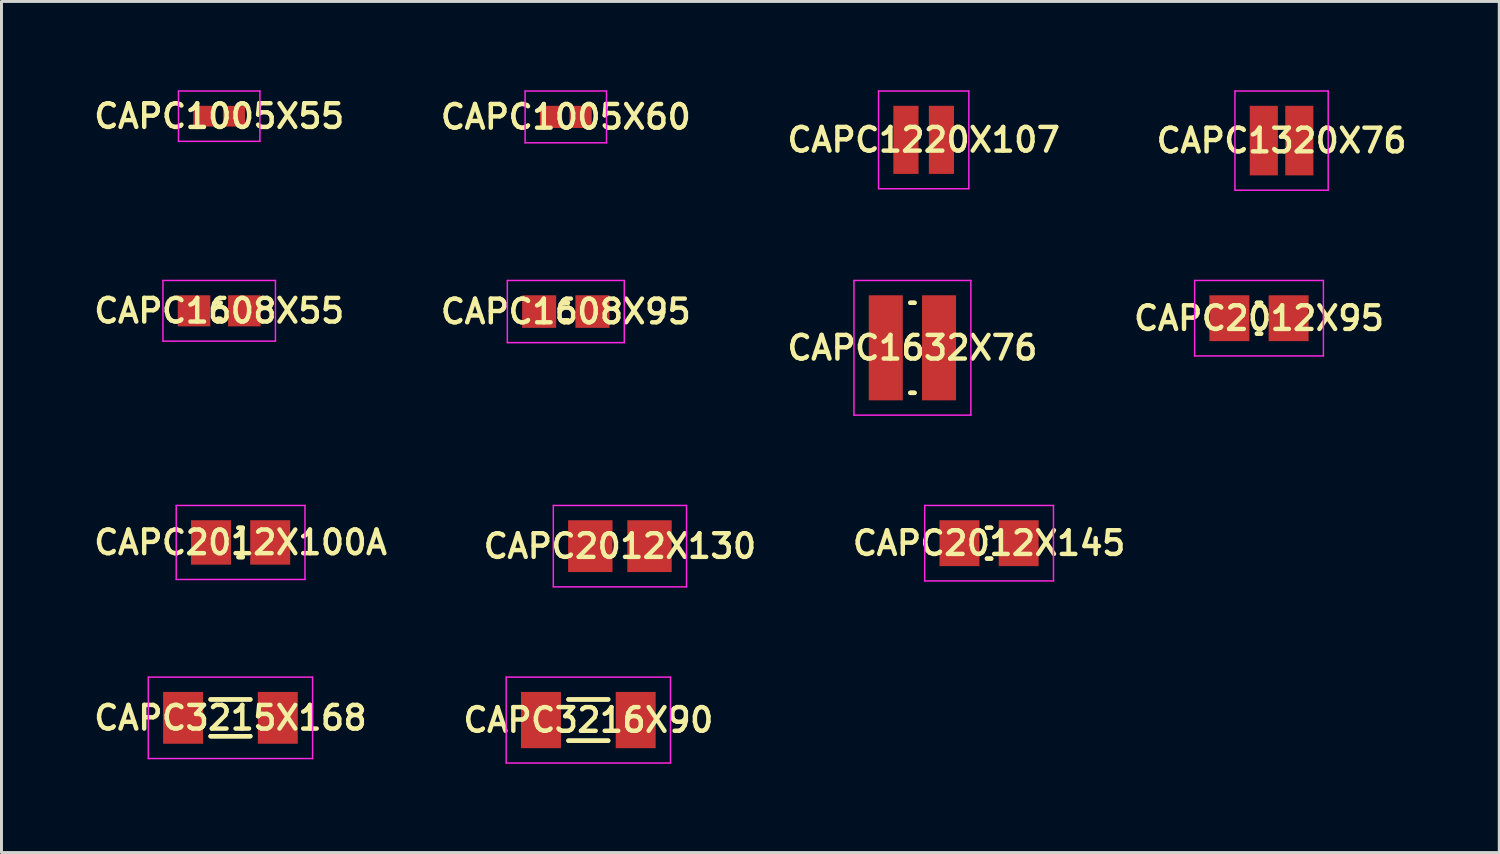
<source format=kicad_pcb>
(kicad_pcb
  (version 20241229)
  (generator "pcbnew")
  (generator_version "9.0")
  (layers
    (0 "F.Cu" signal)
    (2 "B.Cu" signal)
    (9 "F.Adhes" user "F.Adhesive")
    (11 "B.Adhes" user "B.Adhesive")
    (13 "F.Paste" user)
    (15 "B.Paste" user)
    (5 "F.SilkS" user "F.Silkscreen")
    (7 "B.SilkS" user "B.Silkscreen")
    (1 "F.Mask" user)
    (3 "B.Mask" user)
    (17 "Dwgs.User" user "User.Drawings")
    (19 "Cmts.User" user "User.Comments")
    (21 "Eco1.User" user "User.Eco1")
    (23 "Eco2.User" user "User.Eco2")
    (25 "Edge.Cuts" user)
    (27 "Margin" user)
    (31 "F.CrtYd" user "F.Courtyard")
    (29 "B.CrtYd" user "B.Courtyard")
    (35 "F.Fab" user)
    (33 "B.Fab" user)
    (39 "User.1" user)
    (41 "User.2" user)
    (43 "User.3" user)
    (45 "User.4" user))
  (footprint "CAPC1005X55"
    (layer "F.Cu")
    (at 4.355 0.875)
    (property "Reference" "CAPC1005X55" (at 0 0 0) (layer "F.SilkS") (effects (font (size 0.8 0.8) (thickness 0.15))))
    (attr smd)
    (fp_line (start -1.375 -0.85) (end 1.375 -0.85) (stroke (width 0.05) (type solid)) (layer "F.CrtYd"))
    (fp_line (start -1.375 0.85) (end -1.375 -0.85) (stroke (width 0.05) (type solid)) (layer "F.CrtYd"))
    (fp_line (start 1.375 -0.85) (end 1.375 0.85) (stroke (width 0.05) (type solid)) (layer "F.CrtYd"))
    (fp_line (start 1.375 0.85) (end -1.375 0.85) (stroke (width 0.05) (type solid)) (layer "F.CrtYd"))
    (pad "1" smd rect (at -0.5 0) (size 0.75 0.7) (layers "F.Cu" "F.Mask" "F.Paste"))
    (pad "2" smd rect (at 0.5 0) (size 0.75 0.7) (layers "F.Cu" "F.Mask" "F.Paste")))
  (footprint "CAPC2012X100A"
    (layer "F.Cu")
    (at 5.078 15.275)
    (property "Reference" "CAPC2012X100A" (at 0 0 0) (layer "F.SilkS") (effects (font (size 0.8 0.8) (thickness 0.15))))
    (attr smd)
    (fp_line (start -0.071 -0.496) (end 0.071 -0.496) (stroke (width 0.15) (type solid)) (layer "F.SilkS"))
    (fp_line (start -0.071 0.496) (end 0.071 0.496) (stroke (width 0.15) (type solid)) (layer "F.SilkS"))
    (fp_line (start 0.071 -0.496) (end -0.071 -0.496) (stroke (width 0.15) (type solid)) (layer "F.SilkS"))
    (fp_line (start 0.071 0.496) (end -0.071 0.496) (stroke (width 0.15) (type solid)) (layer "F.SilkS"))
    (fp_line (start -2.175 -1.25) (end 2.175 -1.25) (stroke (width 0.05) (type solid)) (layer "F.CrtYd"))
    (fp_line (start -2.175 1.25) (end -2.175 -1.25) (stroke (width 0.05) (type solid)) (layer "F.CrtYd"))
    (fp_line (start 2.175 -1.25) (end 2.175 1.25) (stroke (width 0.05) (type solid)) (layer "F.CrtYd"))
    (fp_line (start 2.175 1.25) (end -2.175 1.25) (stroke (width 0.05) (type solid)) (layer "F.CrtYd"))
    (pad "1" smd rect (at -1 0) (size 1.35 1.5) (layers "F.Cu" "F.Mask" "F.Paste"))
    (pad "2" smd rect (at 1 0) (size 1.35 1.5) (layers "F.Cu" "F.Mask" "F.Paste")))
  (footprint "CAPC1608X55"
    (layer "F.Cu")
    (at 4.355 7.45)
    (property "Reference" "CAPC1608X55" (at 0 0 0) (layer "F.SilkS") (effects (font (size 0.8 0.8) (thickness 0.15))))
    (attr smd)
    (fp_line (start -0.046 -0.271) (end 0.046 -0.271) (stroke (width 0.15) (type solid)) (layer "F.SilkS"))
    (fp_line (start -0.046 0.271) (end 0.046 0.271) (stroke (width 0.15) (type solid)) (layer "F.SilkS"))
    (fp_line (start 0.046 -0.271) (end -0.046 -0.271) (stroke (width 0.15) (type solid)) (layer "F.SilkS"))
    (fp_line (start 0.046 0.271) (end -0.046 0.271) (stroke (width 0.15) (type solid)) (layer "F.SilkS"))
    (fp_line (start -1.9 -1.025) (end 1.9 -1.025) (stroke (width 0.05) (type solid)) (layer "F.CrtYd"))
    (fp_line (start -1.9 1.025) (end -1.9 -1.025) (stroke (width 0.05) (type solid)) (layer "F.CrtYd"))
    (fp_line (start 1.9 -1.025) (end 1.9 1.025) (stroke (width 0.05) (type solid)) (layer "F.CrtYd"))
    (fp_line (start 1.9 1.025) (end -1.9 1.025) (stroke (width 0.05) (type solid)) (layer "F.CrtYd"))
    (pad "1" smd rect (at -0.85 0) (size 1.1 1.05) (layers "F.Cu" "F.Mask" "F.Paste"))
    (pad "2" smd rect (at 0.85 0) (size 1.1 1.05) (layers "F.Cu" "F.Mask" "F.Paste")))
  (footprint "CAPC3215X168"
    (layer "F.Cu")
    (at 4.735 21.2)
    (property "Reference" "CAPC3215X168" (at 0 0 0) (layer "F.SilkS") (effects (font (size 0.8 0.8) (thickness 0.15))))
    (attr smd)
    (fp_line (start -0.671 -0.621) (end 0.671 -0.621) (stroke (width 0.15) (type solid)) (layer "F.SilkS"))
    (fp_line (start -0.671 0.621) (end 0.671 0.621) (stroke (width 0.15) (type solid)) (layer "F.SilkS"))
    (fp_line (start 0.671 -0.621) (end -0.671 -0.621) (stroke (width 0.15) (type solid)) (layer "F.SilkS"))
    (fp_line (start 0.671 0.621) (end -0.671 0.621) (stroke (width 0.15) (type solid)) (layer "F.SilkS"))
    (fp_line (start -2.775 -1.375) (end 2.775 -1.375) (stroke (width 0.05) (type solid)) (layer "F.CrtYd"))
    (fp_line (start -2.775 1.375) (end -2.775 -1.375) (stroke (width 0.05) (type solid)) (layer "F.CrtYd"))
    (fp_line (start 2.775 -1.375) (end 2.775 1.375) (stroke (width 0.05) (type solid)) (layer "F.CrtYd"))
    (fp_line (start 2.775 1.375) (end -2.775 1.375) (stroke (width 0.05) (type solid)) (layer "F.CrtYd"))
    (pad "1" smd rect (at -1.6 0) (size 1.35 1.75) (layers "F.Cu" "F.Mask" "F.Paste"))
    (pad "2" smd rect (at 1.6 0) (size 1.35 1.75) (layers "F.Cu" "F.Mask" "F.Paste")))
  (footprint "CAPC1320X76"
    (layer "F.Cu")
    (at 40.244 1.7)
    (property "Reference" "CAPC1320X76" (at 0 0 0) (layer "F.SilkS") (effects (font (size 0.8 0.8) (thickness 0.15))))
    (attr smd)
    (fp_line (start -1.575 -1.675) (end 1.575 -1.675) (stroke (width 0.05) (type solid)) (layer "F.CrtYd"))
    (fp_line (start -1.575 1.675) (end -1.575 -1.675) (stroke (width 0.05) (type solid)) (layer "F.CrtYd"))
    (fp_line (start 1.575 -1.675) (end 1.575 1.675) (stroke (width 0.05) (type solid)) (layer "F.CrtYd"))
    (fp_line (start 1.575 1.675) (end -1.575 1.675) (stroke (width 0.05) (type solid)) (layer "F.CrtYd"))
    (pad "1" smd rect (at -0.6 0) (size 0.95 2.35) (layers "F.Cu" "F.Mask" "F.Paste"))
    (pad "2" smd rect (at 0.6 0) (size 0.95 2.35) (layers "F.Cu" "F.Mask" "F.Paste")))
  (footprint "CAPC3216X90"
    (layer "F.Cu")
    (at 16.825 21.275)
    (property "Reference" "CAPC3216X90" (at 0 0 0) (layer "F.SilkS") (effects (font (size 0.8 0.8) (thickness 0.15))))
    (attr smd)
    (fp_line (start -0.671 -0.696) (end 0.671 -0.696) (stroke (width 0.15) (type solid)) (layer "F.SilkS"))
    (fp_line (start -0.671 0.696) (end 0.671 0.696) (stroke (width 0.15) (type solid)) (layer "F.SilkS"))
    (fp_line (start 0.671 -0.696) (end -0.671 -0.696) (stroke (width 0.15) (type solid)) (layer "F.SilkS"))
    (fp_line (start 0.671 0.696) (end -0.671 0.696) (stroke (width 0.15) (type solid)) (layer "F.SilkS"))
    (fp_line (start -2.775 -1.45) (end 2.775 -1.45) (stroke (width 0.05) (type solid)) (layer "F.CrtYd"))
    (fp_line (start -2.775 1.45) (end -2.775 -1.45) (stroke (width 0.05) (type solid)) (layer "F.CrtYd"))
    (fp_line (start 2.775 -1.45) (end 2.775 1.45) (stroke (width 0.05) (type solid)) (layer "F.CrtYd"))
    (fp_line (start 2.775 1.45) (end -2.775 1.45) (stroke (width 0.05) (type solid)) (layer "F.CrtYd"))
    (pad "1" smd rect (at -1.6 0) (size 1.35 1.9) (layers "F.Cu" "F.Mask" "F.Paste"))
    (pad "2" smd rect (at 1.6 0) (size 1.35 1.9) (layers "F.Cu" "F.Mask" "F.Paste")))
  (footprint "CAPC1608X95"
    (layer "F.Cu")
    (at 16.064 7.475)
    (property "Reference" "CAPC1608X95" (at 0 0 0) (layer "F.SilkS") (effects (font (size 0.8 0.8) (thickness 0.15))))
    (attr smd)
    (fp_line (start -0.071 -0.296) (end 0.071 -0.296) (stroke (width 0.15) (type solid)) (layer "F.SilkS"))
    (fp_line (start -0.071 0.296) (end 0.071 0.296) (stroke (width 0.15) (type solid)) (layer "F.SilkS"))
    (fp_line (start 0.071 -0.296) (end -0.071 -0.296) (stroke (width 0.15) (type solid)) (layer "F.SilkS"))
    (fp_line (start 0.071 0.296) (end -0.071 0.296) (stroke (width 0.15) (type solid)) (layer "F.SilkS"))
    (fp_line (start -1.975 -1.05) (end 1.975 -1.05) (stroke (width 0.05) (type solid)) (layer "F.CrtYd"))
    (fp_line (start -1.975 1.05) (end -1.975 -1.05) (stroke (width 0.05) (type solid)) (layer "F.CrtYd"))
    (fp_line (start 1.975 -1.05) (end 1.975 1.05) (stroke (width 0.05) (type solid)) (layer "F.CrtYd"))
    (fp_line (start 1.975 1.05) (end -1.975 1.05) (stroke (width 0.05) (type solid)) (layer "F.CrtYd"))
    (pad "1" smd rect (at -0.9 0) (size 1.15 1.1) (layers "F.Cu" "F.Mask" "F.Paste"))
    (pad "2" smd rect (at 0.9 0) (size 1.15 1.1) (layers "F.Cu" "F.Mask" "F.Paste")))
  (footprint "CAPC1220X107"
    (layer "F.Cu")
    (at 28.154 1.675)
    (property "Reference" "CAPC1220X107" (at 0 0 0) (layer "F.SilkS") (effects (font (size 0.8 0.8) (thickness 0.15))))
    (attr smd)
    (fp_line (start -1.525 -1.65) (end 1.525 -1.65) (stroke (width 0.05) (type solid)) (layer "F.CrtYd"))
    (fp_line (start -1.525 1.65) (end -1.525 -1.65) (stroke (width 0.05) (type solid)) (layer "F.CrtYd"))
    (fp_line (start 1.525 -1.65) (end 1.525 1.65) (stroke (width 0.05) (type solid)) (layer "F.CrtYd"))
    (fp_line (start 1.525 1.65) (end -1.525 1.65) (stroke (width 0.05) (type solid)) (layer "F.CrtYd"))
    (pad "1" smd rect (at -0.6 0) (size 0.85 2.3) (layers "F.Cu" "F.Mask" "F.Paste"))
    (pad "2" smd rect (at 0.6 0) (size 0.85 2.3) (layers "F.Cu" "F.Mask" "F.Paste")))
  (footprint "CAPC2012X95"
    (layer "F.Cu")
    (at 39.482 7.7)
    (property "Reference" "CAPC2012X95" (at 0 0 0) (layer "F.SilkS") (effects (font (size 0.8 0.8) (thickness 0.15))))
    (attr smd)
    (fp_line (start -0.071 -0.521) (end 0.071 -0.521) (stroke (width 0.15) (type solid)) (layer "F.SilkS"))
    (fp_line (start -0.071 0.521) (end 0.071 0.521) (stroke (width 0.15) (type solid)) (layer "F.SilkS"))
    (fp_line (start 0.071 -0.521) (end -0.071 -0.521) (stroke (width 0.15) (type solid)) (layer "F.SilkS"))
    (fp_line (start 0.071 0.521) (end -0.071 0.521) (stroke (width 0.15) (type solid)) (layer "F.SilkS"))
    (fp_line (start -2.175 -1.275) (end 2.175 -1.275) (stroke (width 0.05) (type solid)) (layer "F.CrtYd"))
    (fp_line (start -2.175 1.275) (end -2.175 -1.275) (stroke (width 0.05) (type solid)) (layer "F.CrtYd"))
    (fp_line (start 2.175 -1.275) (end 2.175 1.275) (stroke (width 0.05) (type solid)) (layer "F.CrtYd"))
    (fp_line (start 2.175 1.275) (end -2.175 1.275) (stroke (width 0.05) (type solid)) (layer "F.CrtYd"))
    (pad "1" smd rect (at -1 0) (size 1.35 1.55) (layers "F.Cu" "F.Mask" "F.Paste"))
    (pad "2" smd rect (at 1 0) (size 1.35 1.55) (layers "F.Cu" "F.Mask" "F.Paste")))
  (footprint "CAPC2012X130"
    (layer "F.Cu")
    (at 17.892 15.4)
    (property "Reference" "CAPC2012X130" (at 0 0 0) (layer "F.SilkS") (effects (font (size 0.8 0.8) (thickness 0.15))))
    (attr smd)
    (fp_line (start -2.25 -1.375) (end 2.25 -1.375) (stroke (width 0.05) (type solid)) (layer "F.CrtYd"))
    (fp_line (start -2.25 1.375) (end -2.25 -1.375) (stroke (width 0.05) (type solid)) (layer "F.CrtYd"))
    (fp_line (start 2.25 -1.375) (end 2.25 1.375) (stroke (width 0.05) (type solid)) (layer "F.CrtYd"))
    (fp_line (start 2.25 1.375) (end -2.25 1.375) (stroke (width 0.05) (type solid)) (layer "F.CrtYd"))
    (pad "1" smd rect (at -1 0) (size 1.5 1.75) (layers "F.Cu" "F.Mask" "F.Paste"))
    (pad "2" smd rect (at 1 0) (size 1.5 1.75) (layers "F.Cu" "F.Mask" "F.Paste")))
  (footprint "CAPC1632X76"
    (layer "F.Cu")
    (at 27.773 8.7)
    (property "Reference" "CAPC1632X76" (at 0 0 0) (layer "F.SilkS") (effects (font (size 0.8 0.8) (thickness 0.15))))
    (attr smd)
    (fp_line (start -0.071 -1.521) (end 0.071 -1.521) (stroke (width 0.15) (type solid)) (layer "F.SilkS"))
    (fp_line (start -0.071 1.521) (end 0.071 1.521) (stroke (width 0.15) (type solid)) (layer "F.SilkS"))
    (fp_line (start 0.071 -1.521) (end -0.071 -1.521) (stroke (width 0.15) (type solid)) (layer "F.SilkS"))
    (fp_line (start 0.071 1.521) (end -0.071 1.521) (stroke (width 0.15) (type solid)) (layer "F.SilkS"))
    (fp_line (start -1.975 -2.275) (end 1.975 -2.275) (stroke (width 0.05) (type solid)) (layer "F.CrtYd"))
    (fp_line (start -1.975 2.275) (end -1.975 -2.275) (stroke (width 0.05) (type solid)) (layer "F.CrtYd"))
    (fp_line (start 1.975 -2.275) (end 1.975 2.275) (stroke (width 0.05) (type solid)) (layer "F.CrtYd"))
    (fp_line (start 1.975 2.275) (end -1.975 2.275) (stroke (width 0.05) (type solid)) (layer "F.CrtYd"))
    (pad "1" smd rect (at -0.9 0) (size 1.15 3.55) (layers "F.Cu" "F.Mask" "F.Paste"))
    (pad "2" smd rect (at 0.9 0) (size 1.15 3.55) (layers "F.Cu" "F.Mask" "F.Paste")))
  (footprint "CAPC2012X145"
    (layer "F.Cu")
    (at 30.363 15.3)
    (property "Reference" "CAPC2012X145" (at 0 0 0) (layer "F.SilkS") (effects (font (size 0.8 0.8) (thickness 0.15))))
    (attr smd)
    (fp_line (start -0.071 -0.521) (end 0.071 -0.521) (stroke (width 0.15) (type solid)) (layer "F.SilkS"))
    (fp_line (start -0.071 0.521) (end 0.071 0.521) (stroke (width 0.15) (type solid)) (layer "F.SilkS"))
    (fp_line (start 0.071 -0.521) (end -0.071 -0.521) (stroke (width 0.15) (type solid)) (layer "F.SilkS"))
    (fp_line (start 0.071 0.521) (end -0.071 0.521) (stroke (width 0.15) (type solid)) (layer "F.SilkS"))
    (fp_line (start -2.175 -1.275) (end 2.175 -1.275) (stroke (width 0.05) (type solid)) (layer "F.CrtYd"))
    (fp_line (start -2.175 1.275) (end -2.175 -1.275) (stroke (width 0.05) (type solid)) (layer "F.CrtYd"))
    (fp_line (start 2.175 -1.275) (end 2.175 1.275) (stroke (width 0.05) (type solid)) (layer "F.CrtYd"))
    (fp_line (start 2.175 1.275) (end -2.175 1.275) (stroke (width 0.05) (type solid)) (layer "F.CrtYd"))
    (pad "1" smd rect (at -1 0) (size 1.35 1.55) (layers "F.Cu" "F.Mask" "F.Paste"))
    (pad "2" smd rect (at 1 0) (size 1.35 1.55) (layers "F.Cu" "F.Mask" "F.Paste")))
  (footprint "CAPC1005X60"
    (layer "F.Cu")
    (at 16.064 0.9)
    (property "Reference" "CAPC1005X60" (at 0 0 0) (layer "F.SilkS") (effects (font (size 0.8 0.8) (thickness 0.15))))
    (attr smd)
    (fp_line (start -1.375 -0.875) (end 1.375 -0.875) (stroke (width 0.05) (type solid)) (layer "F.CrtYd"))
    (fp_line (start -1.375 0.875) (end -1.375 -0.875) (stroke (width 0.05) (type solid)) (layer "F.CrtYd"))
    (fp_line (start 1.375 -0.875) (end 1.375 0.875) (stroke (width 0.05) (type solid)) (layer "F.CrtYd"))
    (fp_line (start 1.375 0.875) (end -1.375 0.875) (stroke (width 0.05) (type solid)) (layer "F.CrtYd"))
    (pad "1" smd rect (at -0.5 0) (size 0.75 0.75) (layers "F.Cu" "F.Mask" "F.Paste"))
    (pad "2" smd rect (at 0.5 0) (size 0.75 0.75) (layers "F.Cu" "F.Mask" "F.Paste")))
  (gr_rect
    (start -3 -3)
    (end 47.598 25.75)
    (stroke (width 0.1) (type default))
    (fill no)
    (layer "Edge.Cuts")))
</source>
